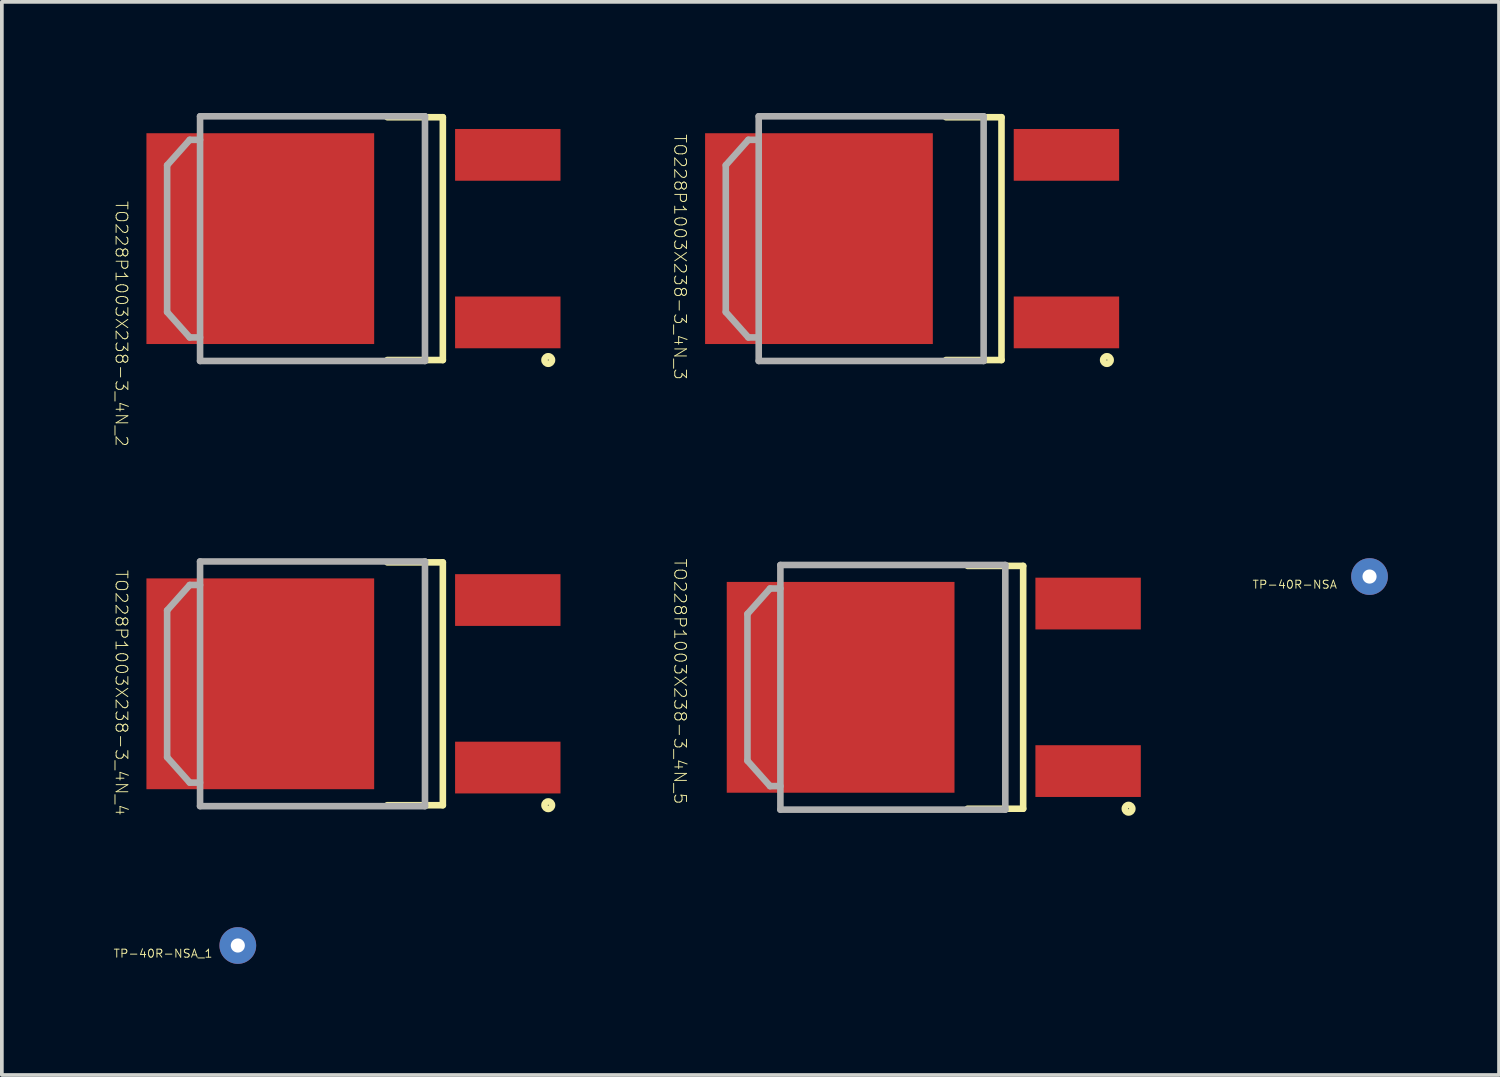
<source format=kicad_pcb>
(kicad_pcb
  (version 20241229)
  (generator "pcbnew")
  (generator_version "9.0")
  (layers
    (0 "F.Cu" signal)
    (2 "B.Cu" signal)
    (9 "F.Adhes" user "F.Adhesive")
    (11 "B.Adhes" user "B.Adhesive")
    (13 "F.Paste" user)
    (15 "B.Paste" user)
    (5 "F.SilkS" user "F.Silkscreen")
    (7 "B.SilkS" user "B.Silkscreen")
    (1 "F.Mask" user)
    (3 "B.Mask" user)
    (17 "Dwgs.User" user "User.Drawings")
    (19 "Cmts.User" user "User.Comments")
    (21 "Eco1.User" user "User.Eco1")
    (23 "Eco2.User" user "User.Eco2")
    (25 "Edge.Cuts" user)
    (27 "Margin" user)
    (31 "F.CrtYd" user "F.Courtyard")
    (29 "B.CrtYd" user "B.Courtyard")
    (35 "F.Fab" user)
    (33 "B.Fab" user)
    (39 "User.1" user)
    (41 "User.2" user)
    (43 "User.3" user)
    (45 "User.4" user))
  (footprint "TP-40R-NSA"
    (layer "F.Cu")
    (at 33.916 12.512)
    (property "Reference" "TP-40R-NSA" (at -2.019 0.216 0) (unlocked yes) (layer "F.SilkS") (effects (font (size 0.217 0.228) (thickness 0.025))))
    (attr smd)
    (pad "1" thru_hole circle (at 0 0) (size 0.991 0.991) (drill 0.381) (layers "*.Cu" "*.Mask")))
  (footprint "TO228P1003X238-3_4N_3"
    (layer "F.Cu")
    (at 21.544 3.391)
    (property "Reference" "TO228P1003X238-3_4N_3" (at -6.236 0.495 270) (unlocked yes) (layer "F.SilkS") (effects (font (size 0.317 0.333) (thickness 0.025))))
    (attr smd)
    (fp_line (start 2.438 -3.277) (end 0.94 -3.277) (stroke (width 0.178) (type solid)) (layer "F.SilkS"))
    (fp_line (start 2.438 -3.277) (end 2.438 3.277) (stroke (width 0.178) (type solid)) (layer "F.SilkS"))
    (fp_line (start 2.438 3.277) (end 0.94 3.277) (stroke (width 0.178) (type solid)) (layer "F.SilkS"))
    (fp_arc (start 5.1816 3.2766) (mid 5.3848 3.2766) (end 5.1816 3.2766) (stroke (width 0.1778) (type solid)) (layer "F.SilkS"))
    (fp_line (start -5.004 -1.981) (end -5.004 1.981) (stroke (width 0.178) (type solid)) (layer "F.Fab"))
    (fp_line (start -4.394 -2.667) (end -5.004 -1.981) (stroke (width 0.178) (type solid)) (layer "F.Fab"))
    (fp_line (start -4.394 2.667) (end -5.004 1.981) (stroke (width 0.178) (type solid)) (layer "F.Fab"))
    (fp_line (start -4.115 -3.302) (end -4.115 3.302) (stroke (width 0.178) (type solid)) (layer "F.Fab"))
    (fp_line (start -4.115 -2.667) (end -4.394 -2.667) (stroke (width 0.178) (type solid)) (layer "F.Fab"))
    (fp_line (start -4.115 2.667) (end -4.394 2.667) (stroke (width 0.178) (type solid)) (layer "F.Fab"))
    (fp_line (start 1.956 -3.302) (end -4.115 -3.302) (stroke (width 0.178) (type solid)) (layer "F.Fab"))
    (fp_line (start 1.956 -3.302) (end 1.956 3.302) (stroke (width 0.178) (type solid)) (layer "F.Fab"))
    (fp_line (start 1.956 3.302) (end -4.115 3.302) (stroke (width 0.178) (type solid)) (layer "F.Fab"))
    (pad "1" smd rect (at 4.191 2.261) (size 2.845 1.397) (layers "F.Cu" "F.Mask" "F.Paste"))
    (pad "3" smd rect (at 4.191 -2.261) (size 2.845 1.397) (layers "F.Cu" "F.Mask" "F.Paste"))
    (pad "4" smd rect (at -2.489 0) (size 6.147 5.69) (layers "F.Cu" "F.Mask" "F.Paste")))
  (footprint "TO228P1003X238-3_4N_5"
    (layer "F.Cu")
    (at 22.129 15.502)
    (property "Reference" "TO228P1003X238-3_4N_5" (at -6.82 -0.159 270) (unlocked yes) (layer "F.SilkS") (effects (font (size 0.317 0.333) (thickness 0.025))))
    (attr smd)
    (fp_line (start 2.438 -3.277) (end 0.94 -3.277) (stroke (width 0.178) (type solid)) (layer "F.SilkS"))
    (fp_line (start 2.438 -3.277) (end 2.438 3.277) (stroke (width 0.178) (type solid)) (layer "F.SilkS"))
    (fp_line (start 2.438 3.277) (end 0.94 3.277) (stroke (width 0.178) (type solid)) (layer "F.SilkS"))
    (fp_arc (start 5.1816 3.2766) (mid 5.3848 3.2766) (end 5.1816 3.2766) (stroke (width 0.1778) (type solid)) (layer "F.SilkS"))
    (fp_line (start -5.004 -1.981) (end -5.004 1.981) (stroke (width 0.178) (type solid)) (layer "F.Fab"))
    (fp_line (start -4.394 -2.667) (end -5.004 -1.981) (stroke (width 0.178) (type solid)) (layer "F.Fab"))
    (fp_line (start -4.394 2.667) (end -5.004 1.981) (stroke (width 0.178) (type solid)) (layer "F.Fab"))
    (fp_line (start -4.115 -3.302) (end -4.115 3.302) (stroke (width 0.178) (type solid)) (layer "F.Fab"))
    (fp_line (start -4.115 -2.667) (end -4.394 -2.667) (stroke (width 0.178) (type solid)) (layer "F.Fab"))
    (fp_line (start -4.115 2.667) (end -4.394 2.667) (stroke (width 0.178) (type solid)) (layer "F.Fab"))
    (fp_line (start 1.956 -3.302) (end -4.115 -3.302) (stroke (width 0.178) (type solid)) (layer "F.Fab"))
    (fp_line (start 1.956 -3.302) (end 1.956 3.302) (stroke (width 0.178) (type solid)) (layer "F.Fab"))
    (fp_line (start 1.956 3.302) (end -4.115 3.302) (stroke (width 0.178) (type solid)) (layer "F.Fab"))
    (pad "1" smd rect (at 4.191 2.261) (size 2.845 1.397) (layers "F.Cu" "F.Mask" "F.Paste"))
    (pad "3" smd rect (at 4.191 -2.261) (size 2.845 1.397) (layers "F.Cu" "F.Mask" "F.Paste"))
    (pad "4" smd rect (at -2.489 0) (size 6.147 5.69) (layers "F.Cu" "F.Mask" "F.Paste")))
  (footprint "TP-40R-NSA_1"
    (layer "F.Cu")
    (at 3.369 22.471)
    (property "Reference" "TP-40R-NSA_1" (at -2.019 0.216 0) (unlocked yes) (layer "F.SilkS") (effects (font (size 0.217 0.228) (thickness 0.025))))
    (attr smd)
    (pad "1" thru_hole circle (at 0 0) (size 0.991 0.991) (drill 0.381) (layers "*.Cu" "*.Mask")))
  (footprint "TO228P1003X238-3_4N_4"
    (layer "F.Cu")
    (at 6.465 15.407)
    (property "Reference" "TO228P1003X238-3_4N_4" (at -6.236 0.241 270) (unlocked yes) (layer "F.SilkS") (effects (font (size 0.317 0.333) (thickness 0.025))))
    (attr smd)
    (fp_line (start 2.438 -3.277) (end 0.94 -3.277) (stroke (width 0.178) (type solid)) (layer "F.SilkS"))
    (fp_line (start 2.438 -3.277) (end 2.438 3.277) (stroke (width 0.178) (type solid)) (layer "F.SilkS"))
    (fp_line (start 2.438 3.277) (end 0.94 3.277) (stroke (width 0.178) (type solid)) (layer "F.SilkS"))
    (fp_arc (start 5.1816 3.2766) (mid 5.3848 3.2766) (end 5.1816 3.2766) (stroke (width 0.1778) (type solid)) (layer "F.SilkS"))
    (fp_line (start -5.004 -1.981) (end -5.004 1.981) (stroke (width 0.178) (type solid)) (layer "F.Fab"))
    (fp_line (start -4.394 -2.667) (end -5.004 -1.981) (stroke (width 0.178) (type solid)) (layer "F.Fab"))
    (fp_line (start -4.394 2.667) (end -5.004 1.981) (stroke (width 0.178) (type solid)) (layer "F.Fab"))
    (fp_line (start -4.115 -3.302) (end -4.115 3.302) (stroke (width 0.178) (type solid)) (layer "F.Fab"))
    (fp_line (start -4.115 -2.667) (end -4.394 -2.667) (stroke (width 0.178) (type solid)) (layer "F.Fab"))
    (fp_line (start -4.115 2.667) (end -4.394 2.667) (stroke (width 0.178) (type solid)) (layer "F.Fab"))
    (fp_line (start 1.956 -3.302) (end -4.115 -3.302) (stroke (width 0.178) (type solid)) (layer "F.Fab"))
    (fp_line (start 1.956 -3.302) (end 1.956 3.302) (stroke (width 0.178) (type solid)) (layer "F.Fab"))
    (fp_line (start 1.956 3.302) (end -4.115 3.302) (stroke (width 0.178) (type solid)) (layer "F.Fab"))
    (pad "1" smd rect (at 4.191 2.261) (size 2.845 1.397) (layers "F.Cu" "F.Mask" "F.Paste"))
    (pad "3" smd rect (at 4.191 -2.261) (size 2.845 1.397) (layers "F.Cu" "F.Mask" "F.Paste"))
    (pad "4" smd rect (at -2.489 0) (size 6.147 5.69) (layers "F.Cu" "F.Mask" "F.Paste")))
  (footprint "TO228P1003X238-3_4N_2"
    (layer "F.Cu")
    (at 6.465 3.391)
    (property "Reference" "TO228P1003X238-3_4N_2" (at -6.236 2.299 270) (unlocked yes) (layer "F.SilkS") (effects (font (size 0.317 0.333) (thickness 0.025))))
    (attr smd)
    (fp_line (start 2.438 -3.277) (end 0.94 -3.277) (stroke (width 0.178) (type solid)) (layer "F.SilkS"))
    (fp_line (start 2.438 -3.277) (end 2.438 3.277) (stroke (width 0.178) (type solid)) (layer "F.SilkS"))
    (fp_line (start 2.438 3.277) (end 0.94 3.277) (stroke (width 0.178) (type solid)) (layer "F.SilkS"))
    (fp_arc (start 5.1816 3.2766) (mid 5.3848 3.2766) (end 5.1816 3.2766) (stroke (width 0.1778) (type solid)) (layer "F.SilkS"))
    (fp_line (start -5.004 -1.981) (end -5.004 1.981) (stroke (width 0.178) (type solid)) (layer "F.Fab"))
    (fp_line (start -4.394 -2.667) (end -5.004 -1.981) (stroke (width 0.178) (type solid)) (layer "F.Fab"))
    (fp_line (start -4.394 2.667) (end -5.004 1.981) (stroke (width 0.178) (type solid)) (layer "F.Fab"))
    (fp_line (start -4.115 -3.302) (end -4.115 3.302) (stroke (width 0.178) (type solid)) (layer "F.Fab"))
    (fp_line (start -4.115 -2.667) (end -4.394 -2.667) (stroke (width 0.178) (type solid)) (layer "F.Fab"))
    (fp_line (start -4.115 2.667) (end -4.394 2.667) (stroke (width 0.178) (type solid)) (layer "F.Fab"))
    (fp_line (start 1.956 -3.302) (end -4.115 -3.302) (stroke (width 0.178) (type solid)) (layer "F.Fab"))
    (fp_line (start 1.956 -3.302) (end 1.956 3.302) (stroke (width 0.178) (type solid)) (layer "F.Fab"))
    (fp_line (start 1.956 3.302) (end -4.115 3.302) (stroke (width 0.178) (type solid)) (layer "F.Fab"))
    (pad "1" smd rect (at 4.191 2.261) (size 2.845 1.397) (layers "F.Cu" "F.Mask" "F.Paste"))
    (pad "3" smd rect (at 4.191 -2.261) (size 2.845 1.397) (layers "F.Cu" "F.Mask" "F.Paste"))
    (pad "4" smd rect (at -2.489 0) (size 6.147 5.69) (layers "F.Cu" "F.Mask" "F.Paste")))
  (gr_rect
    (start -3 -3)
    (end 37.411 25.966)
    (stroke (width 0.1) (type default))
    (fill no)
    (layer "Edge.Cuts")))
</source>
